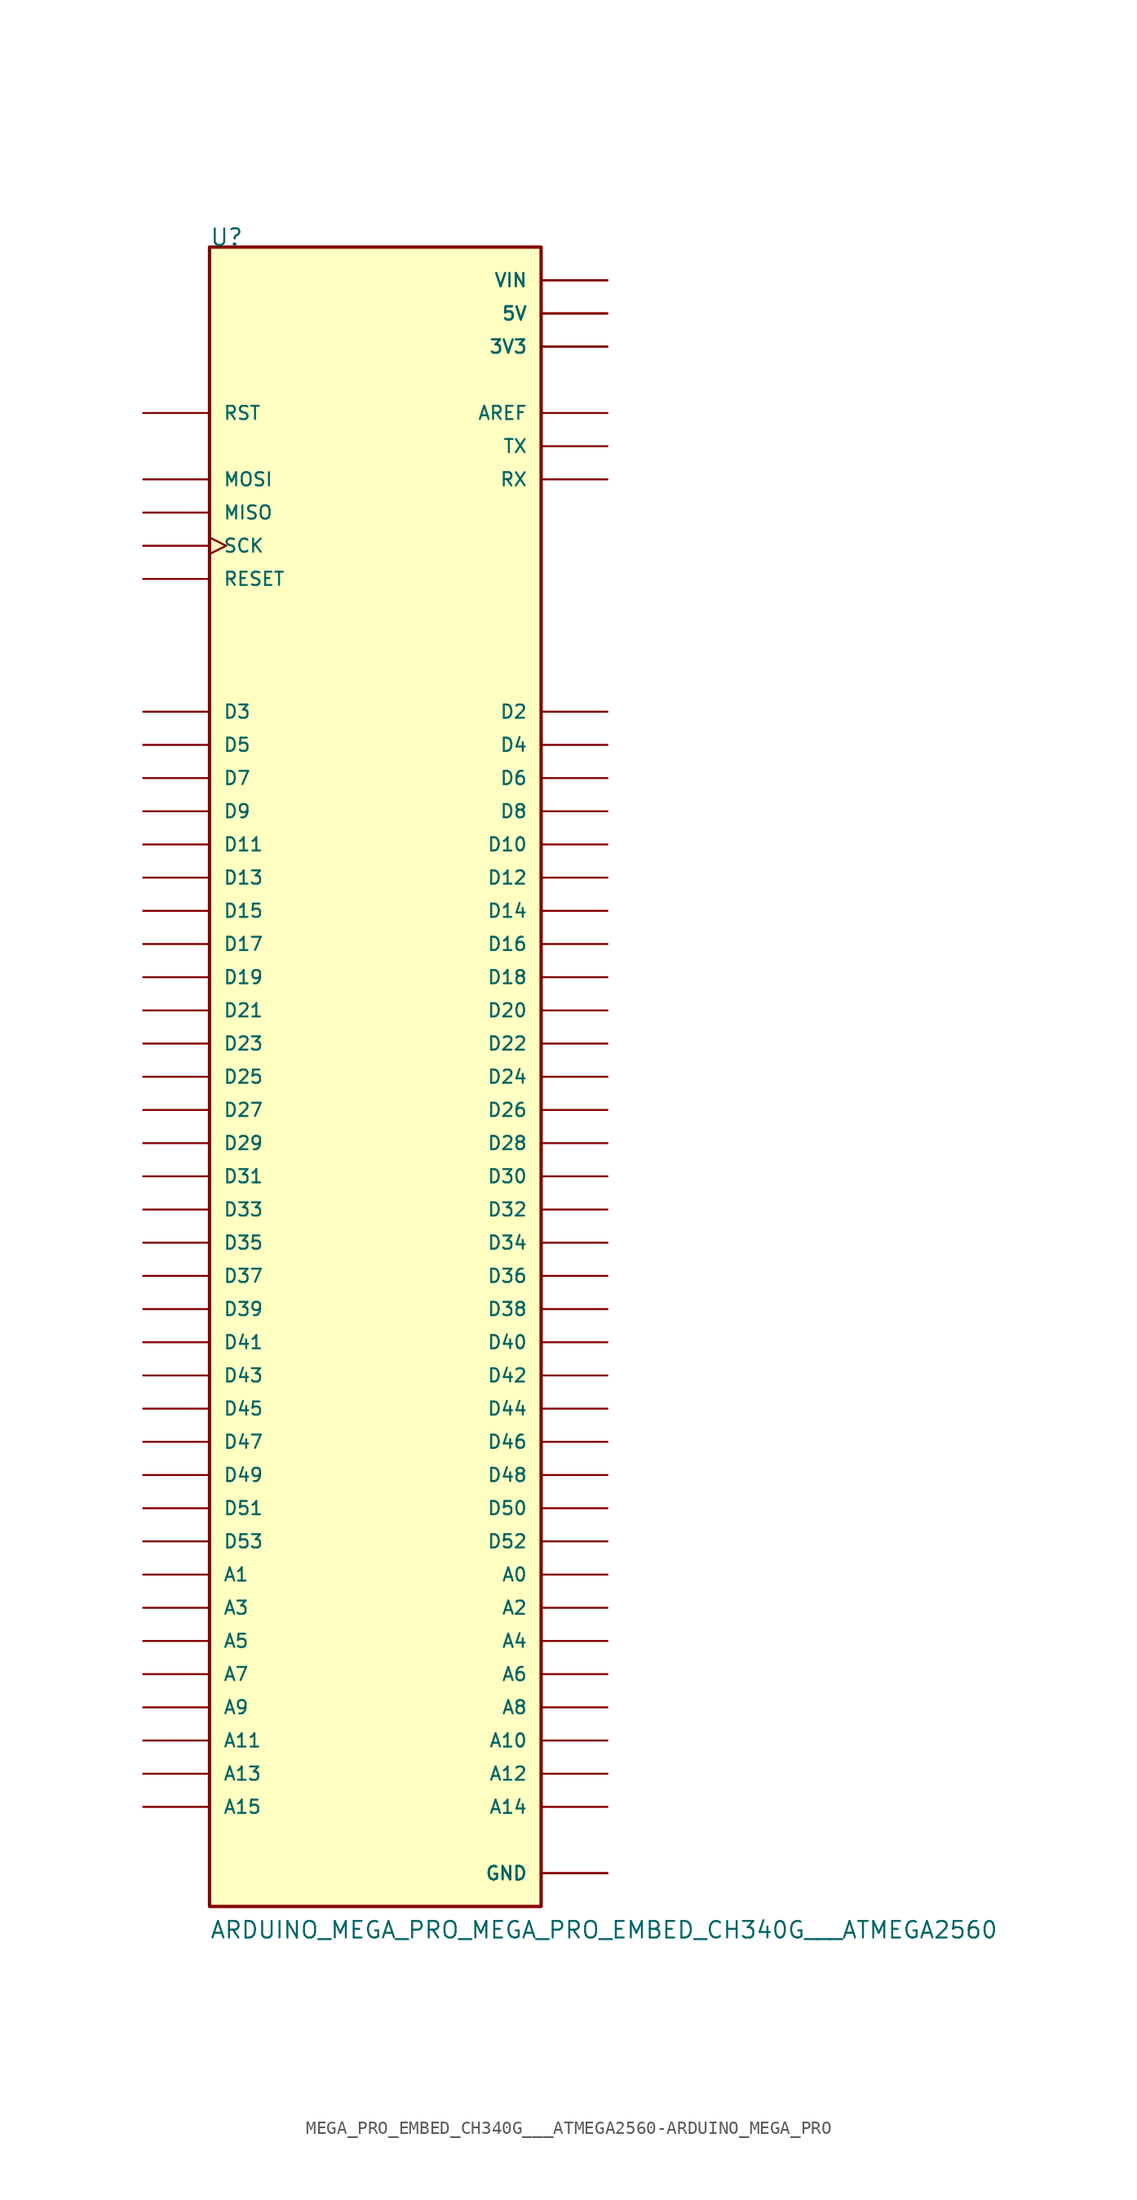
<source format=kicad_sym>
(kicad_symbol_lib
  (version 20231120)
  (generator "kicad_symbol_editor")
  (generator_version "8.0")
  (symbol "MEGA_PRO_EMBED_CH340G___ATMEGA2560-ARDUINO_MEGA_PRO"
    (pin_numbers hide)
    (pin_names
      (offset 1.016))
    (property "Reference" "U"
      (at -12.7 63.5 0)
      (effects (font (size 1.27 1.27)) (justify left bottom)))
    (property "Value" "ARDUINO_MEGA_PRO_MEGA_PRO_EMBED_CH340G___ATMEGA2560"
      (at -12.7 -66.04 0)
      (effects (font (size 1.27 1.27)) (justify left bottom)))
    (property "ki_locked" ""
      (at 0 0 0)
      (effects (font (size 1.27 1.27))))
    (symbol "MEGA_PRO_EMBED_CH340G___ATMEGA2560-ARDUINO_MEGA_PRO_0_0"
      (rectangle (start -12.7 -63.5) (end 12.7 63.5) (stroke (width 0.254) (type solid)) (fill (type background)))
      (pin power_in line (at 17.78 55.88 180) (length 5.08) (name "3V3" (effects (font (size 1.016 1.016)))) (number "3V3_1" (effects (font (size 1.016 1.016)))))
      (pin power_in line (at 17.78 55.88 180) (length 5.08) (name "3V3" (effects (font (size 1.016 1.016)))) (number "3V3_2" (effects (font (size 1.016 1.016)))))
      (pin power_in line (at 17.78 58.42 180) (length 5.08) (name "5V" (effects (font (size 1.016 1.016)))) (number "5V_1" (effects (font (size 1.016 1.016)))))
      (pin power_in line (at 17.78 58.42 180) (length 5.08) (name "5V" (effects (font (size 1.016 1.016)))) (number "5V_2" (effects (font (size 1.016 1.016)))))
      (pin power_in line (at 17.78 58.42 180) (length 5.08) (name "5V" (effects (font (size 1.016 1.016)))) (number "5V_3" (effects (font (size 1.016 1.016)))))
      (pin bidirectional line (at 17.78 -38.1 180) (length 5.08) (name "A0" (effects (font (size 1.016 1.016)))) (number "A0" (effects (font (size 1.016 1.016)))))
      (pin bidirectional line (at -17.78 -38.1 0) (length 5.08) (name "A1" (effects (font (size 1.016 1.016)))) (number "A1" (effects (font (size 1.016 1.016)))))
      (pin bidirectional line (at 17.78 -50.8 180) (length 5.08) (name "A10" (effects (font (size 1.016 1.016)))) (number "A10" (effects (font (size 1.016 1.016)))))
      (pin bidirectional line (at -17.78 -50.8 0) (length 5.08) (name "A11" (effects (font (size 1.016 1.016)))) (number "A11" (effects (font (size 1.016 1.016)))))
      (pin bidirectional line (at 17.78 -53.34 180) (length 5.08) (name "A12" (effects (font (size 1.016 1.016)))) (number "A12" (effects (font (size 1.016 1.016)))))
      (pin bidirectional line (at -17.78 -53.34 0) (length 5.08) (name "A13" (effects (font (size 1.016 1.016)))) (number "A13" (effects (font (size 1.016 1.016)))))
      (pin bidirectional line (at 17.78 -55.88 180) (length 5.08) (name "A14" (effects (font (size 1.016 1.016)))) (number "A14" (effects (font (size 1.016 1.016)))))
      (pin bidirectional line (at -17.78 -55.88 0) (length 5.08) (name "A15" (effects (font (size 1.016 1.016)))) (number "A15" (effects (font (size 1.016 1.016)))))
      (pin bidirectional line (at 17.78 -40.64 180) (length 5.08) (name "A2" (effects (font (size 1.016 1.016)))) (number "A2" (effects (font (size 1.016 1.016)))))
      (pin bidirectional line (at -17.78 -40.64 0) (length 5.08) (name "A3" (effects (font (size 1.016 1.016)))) (number "A3" (effects (font (size 1.016 1.016)))))
      (pin bidirectional line (at 17.78 -43.18 180) (length 5.08) (name "A4" (effects (font (size 1.016 1.016)))) (number "A4" (effects (font (size 1.016 1.016)))))
      (pin bidirectional line (at -17.78 -43.18 0) (length 5.08) (name "A5" (effects (font (size 1.016 1.016)))) (number "A5" (effects (font (size 1.016 1.016)))))
      (pin bidirectional line (at 17.78 -45.72 180) (length 5.08) (name "A6" (effects (font (size 1.016 1.016)))) (number "A6" (effects (font (size 1.016 1.016)))))
      (pin bidirectional line (at -17.78 -45.72 0) (length 5.08) (name "A7" (effects (font (size 1.016 1.016)))) (number "A7" (effects (font (size 1.016 1.016)))))
      (pin bidirectional line (at 17.78 -48.26 180) (length 5.08) (name "A8" (effects (font (size 1.016 1.016)))) (number "A8" (effects (font (size 1.016 1.016)))))
      (pin bidirectional line (at -17.78 -48.26 0) (length 5.08) (name "A9" (effects (font (size 1.016 1.016)))) (number "A9" (effects (font (size 1.016 1.016)))))
      (pin bidirectional line (at 17.78 50.8 180) (length 5.08) (name "AREF" (effects (font (size 1.016 1.016)))) (number "AREF" (effects (font (size 1.016 1.016)))))
      (pin bidirectional line (at 17.78 17.78 180) (length 5.08) (name "D10" (effects (font (size 1.016 1.016)))) (number "D10" (effects (font (size 1.016 1.016)))))
      (pin bidirectional line (at -17.78 17.78 0) (length 5.08) (name "D11" (effects (font (size 1.016 1.016)))) (number "D11" (effects (font (size 1.016 1.016)))))
      (pin bidirectional line (at 17.78 15.24 180) (length 5.08) (name "D12" (effects (font (size 1.016 1.016)))) (number "D12" (effects (font (size 1.016 1.016)))))
      (pin bidirectional line (at -17.78 15.24 0) (length 5.08) (name "D13" (effects (font (size 1.016 1.016)))) (number "D13" (effects (font (size 1.016 1.016)))))
      (pin bidirectional line (at 17.78 12.7 180) (length 5.08) (name "D14" (effects (font (size 1.016 1.016)))) (number "D14" (effects (font (size 1.016 1.016)))))
      (pin bidirectional line (at -17.78 12.7 0) (length 5.08) (name "D15" (effects (font (size 1.016 1.016)))) (number "D15" (effects (font (size 1.016 1.016)))))
      (pin bidirectional line (at 17.78 10.16 180) (length 5.08) (name "D16" (effects (font (size 1.016 1.016)))) (number "D16" (effects (font (size 1.016 1.016)))))
      (pin bidirectional line (at -17.78 10.16 0) (length 5.08) (name "D17" (effects (font (size 1.016 1.016)))) (number "D17" (effects (font (size 1.016 1.016)))))
      (pin bidirectional line (at 17.78 7.62 180) (length 5.08) (name "D18" (effects (font (size 1.016 1.016)))) (number "D18" (effects (font (size 1.016 1.016)))))
      (pin bidirectional line (at -17.78 7.62 0) (length 5.08) (name "D19" (effects (font (size 1.016 1.016)))) (number "D19" (effects (font (size 1.016 1.016)))))
      (pin bidirectional line (at 17.78 27.94 180) (length 5.08) (name "D2" (effects (font (size 1.016 1.016)))) (number "D2" (effects (font (size 1.016 1.016)))))
      (pin bidirectional line (at 17.78 5.08 180) (length 5.08) (name "D20" (effects (font (size 1.016 1.016)))) (number "D20" (effects (font (size 1.016 1.016)))))
      (pin bidirectional line (at -17.78 5.08 0) (length 5.08) (name "D21" (effects (font (size 1.016 1.016)))) (number "D21" (effects (font (size 1.016 1.016)))))
      (pin bidirectional line (at 17.78 2.54 180) (length 5.08) (name "D22" (effects (font (size 1.016 1.016)))) (number "D22" (effects (font (size 1.016 1.016)))))
      (pin bidirectional line (at -17.78 2.54 0) (length 5.08) (name "D23" (effects (font (size 1.016 1.016)))) (number "D23" (effects (font (size 1.016 1.016)))))
      (pin bidirectional line (at 17.78 0 180) (length 5.08) (name "D24" (effects (font (size 1.016 1.016)))) (number "D24" (effects (font (size 1.016 1.016)))))
      (pin bidirectional line (at -17.78 0 0) (length 5.08) (name "D25" (effects (font (size 1.016 1.016)))) (number "D25" (effects (font (size 1.016 1.016)))))
      (pin bidirectional line (at 17.78 -2.54 180) (length 5.08) (name "D26" (effects (font (size 1.016 1.016)))) (number "D26" (effects (font (size 1.016 1.016)))))
      (pin bidirectional line (at -17.78 -2.54 0) (length 5.08) (name "D27" (effects (font (size 1.016 1.016)))) (number "D27" (effects (font (size 1.016 1.016)))))
      (pin bidirectional line (at 17.78 -5.08 180) (length 5.08) (name "D28" (effects (font (size 1.016 1.016)))) (number "D28" (effects (font (size 1.016 1.016)))))
      (pin bidirectional line (at -17.78 -5.08 0) (length 5.08) (name "D29" (effects (font (size 1.016 1.016)))) (number "D29" (effects (font (size 1.016 1.016)))))
      (pin bidirectional line (at -17.78 27.94 0) (length 5.08) (name "D3" (effects (font (size 1.016 1.016)))) (number "D3" (effects (font (size 1.016 1.016)))))
      (pin bidirectional line (at 17.78 -7.62 180) (length 5.08) (name "D30" (effects (font (size 1.016 1.016)))) (number "D30" (effects (font (size 1.016 1.016)))))
      (pin bidirectional line (at -17.78 -7.62 0) (length 5.08) (name "D31" (effects (font (size 1.016 1.016)))) (number "D31" (effects (font (size 1.016 1.016)))))
      (pin bidirectional line (at 17.78 -10.16 180) (length 5.08) (name "D32" (effects (font (size 1.016 1.016)))) (number "D32" (effects (font (size 1.016 1.016)))))
      (pin bidirectional line (at -17.78 -10.16 0) (length 5.08) (name "D33" (effects (font (size 1.016 1.016)))) (number "D33" (effects (font (size 1.016 1.016)))))
      (pin bidirectional line (at 17.78 -12.7 180) (length 5.08) (name "D34" (effects (font (size 1.016 1.016)))) (number "D34" (effects (font (size 1.016 1.016)))))
      (pin bidirectional line (at -17.78 -12.7 0) (length 5.08) (name "D35" (effects (font (size 1.016 1.016)))) (number "D35" (effects (font (size 1.016 1.016)))))
      (pin bidirectional line (at 17.78 -15.24 180) (length 5.08) (name "D36" (effects (font (size 1.016 1.016)))) (number "D36" (effects (font (size 1.016 1.016)))))
      (pin bidirectional line (at -17.78 -15.24 0) (length 5.08) (name "D37" (effects (font (size 1.016 1.016)))) (number "D37" (effects (font (size 1.016 1.016)))))
      (pin bidirectional line (at 17.78 -17.78 180) (length 5.08) (name "D38" (effects (font (size 1.016 1.016)))) (number "D38" (effects (font (size 1.016 1.016)))))
      (pin bidirectional line (at -17.78 -17.78 0) (length 5.08) (name "D39" (effects (font (size 1.016 1.016)))) (number "D39" (effects (font (size 1.016 1.016)))))
      (pin bidirectional line (at 17.78 25.4 180) (length 5.08) (name "D4" (effects (font (size 1.016 1.016)))) (number "D4" (effects (font (size 1.016 1.016)))))
      (pin bidirectional line (at 17.78 -20.32 180) (length 5.08) (name "D40" (effects (font (size 1.016 1.016)))) (number "D40" (effects (font (size 1.016 1.016)))))
      (pin bidirectional line (at -17.78 -20.32 0) (length 5.08) (name "D41" (effects (font (size 1.016 1.016)))) (number "D41" (effects (font (size 1.016 1.016)))))
      (pin bidirectional line (at 17.78 -22.86 180) (length 5.08) (name "D42" (effects (font (size 1.016 1.016)))) (number "D42" (effects (font (size 1.016 1.016)))))
      (pin bidirectional line (at -17.78 -22.86 0) (length 5.08) (name "D43" (effects (font (size 1.016 1.016)))) (number "D43" (effects (font (size 1.016 1.016)))))
      (pin bidirectional line (at 17.78 -25.4 180) (length 5.08) (name "D44" (effects (font (size 1.016 1.016)))) (number "D44" (effects (font (size 1.016 1.016)))))
      (pin bidirectional line (at -17.78 -25.4 0) (length 5.08) (name "D45" (effects (font (size 1.016 1.016)))) (number "D45" (effects (font (size 1.016 1.016)))))
      (pin bidirectional line (at 17.78 -27.94 180) (length 5.08) (name "D46" (effects (font (size 1.016 1.016)))) (number "D46" (effects (font (size 1.016 1.016)))))
      (pin bidirectional line (at -17.78 -27.94 0) (length 5.08) (name "D47" (effects (font (size 1.016 1.016)))) (number "D47" (effects (font (size 1.016 1.016)))))
      (pin bidirectional line (at 17.78 -30.48 180) (length 5.08) (name "D48" (effects (font (size 1.016 1.016)))) (number "D48" (effects (font (size 1.016 1.016)))))
      (pin bidirectional line (at -17.78 -30.48 0) (length 5.08) (name "D49" (effects (font (size 1.016 1.016)))) (number "D49" (effects (font (size 1.016 1.016)))))
      (pin bidirectional line (at -17.78 25.4 0) (length 5.08) (name "D5" (effects (font (size 1.016 1.016)))) (number "D5" (effects (font (size 1.016 1.016)))))
      (pin bidirectional line (at 17.78 -33.02 180) (length 5.08) (name "D50" (effects (font (size 1.016 1.016)))) (number "D50" (effects (font (size 1.016 1.016)))))
      (pin bidirectional line (at -17.78 -33.02 0) (length 5.08) (name "D51" (effects (font (size 1.016 1.016)))) (number "D51" (effects (font (size 1.016 1.016)))))
      (pin bidirectional line (at 17.78 -35.56 180) (length 5.08) (name "D52" (effects (font (size 1.016 1.016)))) (number "D52" (effects (font (size 1.016 1.016)))))
      (pin bidirectional line (at -17.78 -35.56 0) (length 5.08) (name "D53" (effects (font (size 1.016 1.016)))) (number "D53" (effects (font (size 1.016 1.016)))))
      (pin bidirectional line (at 17.78 22.86 180) (length 5.08) (name "D6" (effects (font (size 1.016 1.016)))) (number "D6" (effects (font (size 1.016 1.016)))))
      (pin bidirectional line (at -17.78 22.86 0) (length 5.08) (name "D7" (effects (font (size 1.016 1.016)))) (number "D7" (effects (font (size 1.016 1.016)))))
      (pin bidirectional line (at 17.78 20.32 180) (length 5.08) (name "D8" (effects (font (size 1.016 1.016)))) (number "D8" (effects (font (size 1.016 1.016)))))
      (pin bidirectional line (at -17.78 20.32 0) (length 5.08) (name "D9" (effects (font (size 1.016 1.016)))) (number "D9" (effects (font (size 1.016 1.016)))))
      (pin power_in line (at 17.78 -60.96 180) (length 5.08) (name "GND" (effects (font (size 1.016 1.016)))) (number "GND_1" (effects (font (size 1.016 1.016)))))
      (pin power_in line (at 17.78 -60.96 180) (length 5.08) (name "GND" (effects (font (size 1.016 1.016)))) (number "GND_2" (effects (font (size 1.016 1.016)))))
      (pin power_in line (at 17.78 -60.96 180) (length 5.08) (name "GND" (effects (font (size 1.016 1.016)))) (number "GND_3" (effects (font (size 1.016 1.016)))))
      (pin bidirectional line (at -17.78 43.18 0) (length 5.08) (name "MISO" (effects (font (size 1.016 1.016)))) (number "MISO" (effects (font (size 1.016 1.016)))))
      (pin bidirectional line (at -17.78 45.72 0) (length 5.08) (name "MOSI" (effects (font (size 1.016 1.016)))) (number "MOSI" (effects (font (size 1.016 1.016)))))
      (pin input line (at -17.78 38.1 0) (length 5.08) (name "RESET" (effects (font (size 1.016 1.016)))) (number "RESET" (effects (font (size 1.016 1.016)))))
      (pin input line (at -17.78 50.8 0) (length 5.08) (name "RST" (effects (font (size 1.016 1.016)))) (number "RST" (effects (font (size 1.016 1.016)))))
      (pin input line (at 17.78 45.72 180) (length 5.08) (name "RX" (effects (font (size 1.016 1.016)))) (number "RX" (effects (font (size 1.016 1.016)))))
      (pin bidirectional clock (at -17.78 40.64 0) (length 5.08) (name "SCK" (effects (font (size 1.016 1.016)))) (number "SCK" (effects (font (size 1.016 1.016)))))
      (pin output line (at 17.78 48.26 180) (length 5.08) (name "TX" (effects (font (size 1.016 1.016)))) (number "TX" (effects (font (size 1.016 1.016)))))
      (pin output line (at 17.78 60.96 180) (length 5.08) (name "VIN" (effects (font (size 1.016 1.016)))) (number "VIN_1" (effects (font (size 1.016 1.016)))))
      (pin output line (at 17.78 60.96 180) (length 5.08) (name "VIN" (effects (font (size 1.016 1.016)))) (number "VIN_2" (effects (font (size 1.016 1.016))))))))
</source>
